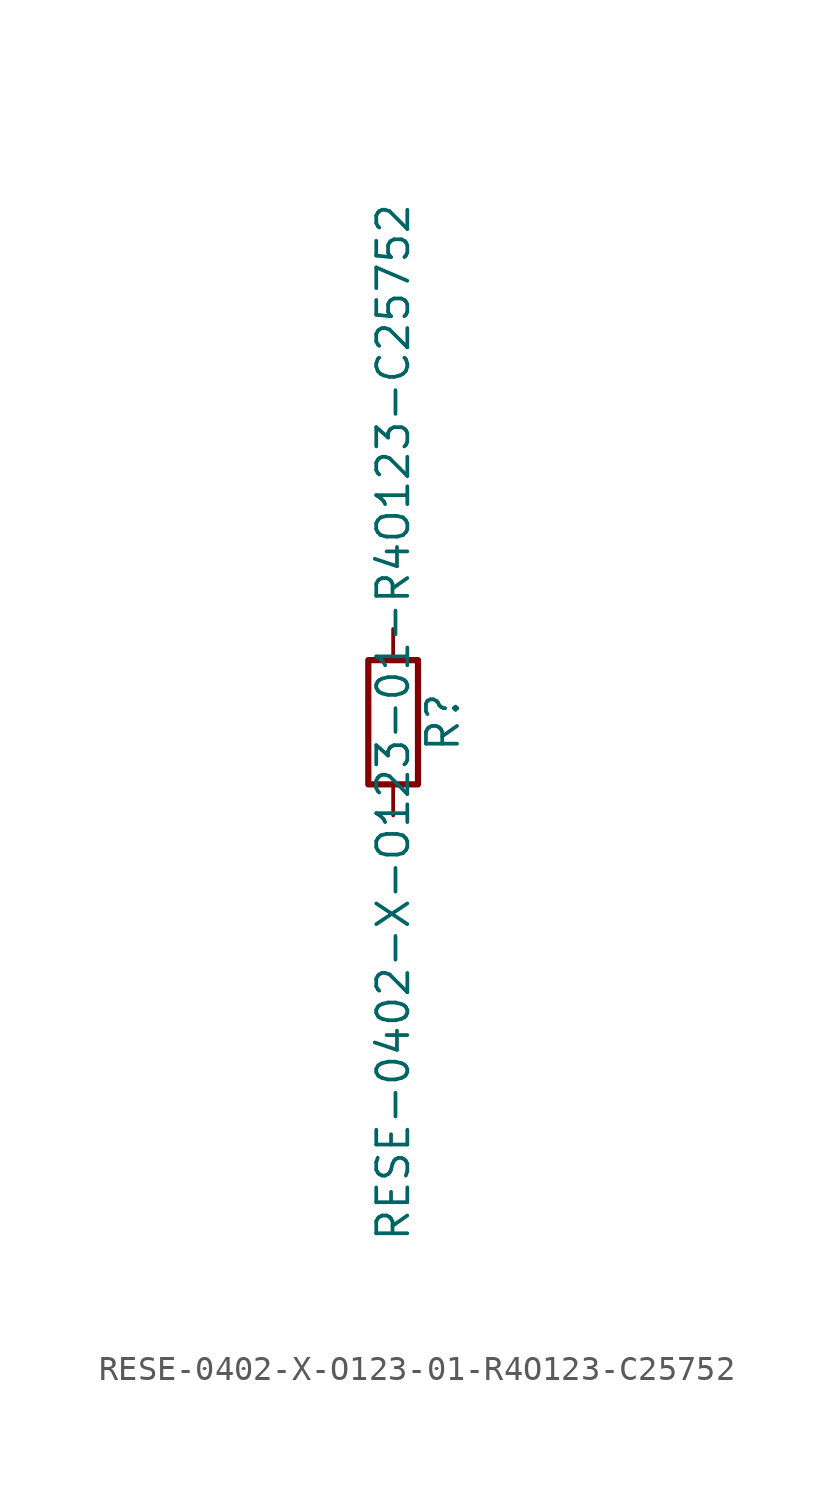
<source format=kicad_sym>
(kicad_symbol_lib
  (version 20211014)
  (generator kicad_symbol_editor)
  (symbol "RESE-0402-X-O123-01-R4O123-C25752"
    (pin_numbers hide)
    (pin_names
      (offset 0))
    (property "Reference" "R"
      (at 2.032 0 90)
      (effects (font (size 1.27 1.27))))
    (property "Value" "RESE-0402-X-O123-01-R4O123-C25752"
      (at 0 0 90)
      (effects (font (size 1.27 1.27))))
    (symbol "RESE-0402-X-O123-01-R4O123-C25752_0_1"
      (rectangle (start -1.016 -2.54) (end 1.016 2.54) (stroke (width 0.254) (type default) (color 0 0 0 0)) (fill (type none))))
    (symbol "RESE-0402-X-O123-01-R4O123-C25752_1_1"
      (pin passive line (at 0 3.81 270) (length 1.27) (name "~" (effects (font (size 1.27 1.27)))) (number "1" (effects (font (size 1.27 1.27)))))
      (pin passive line (at 0 -3.81 90) (length 1.27) (name "~" (effects (font (size 1.27 1.27)))) (number "2" (effects (font (size 1.27 1.27))))))))
</source>
